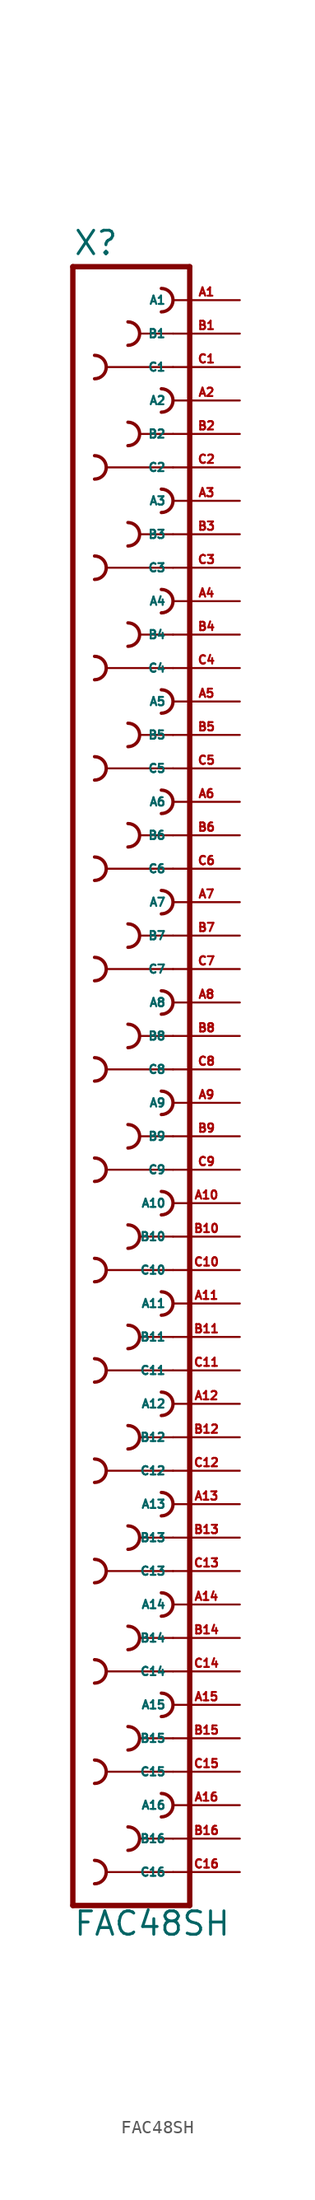
<source format=kicad_sym>
(kicad_symbol_lib
  (version 20220914)
  (generator Eagle2Kicad)
  (symbol "FAC48SH"
    (property "Reference" "X"
      (at -2.54 59.182 0)
      (effects (font (size 1.778 1.778) (thickness 0.22)) (justify left bottom)))
    (property "Value" "FAC48SH"
      (at -2.54 -68.453 0)
      (effects (font (size 1.778 1.778) (thickness 0.22)) (justify left bottom)))
    (polyline
      (pts (xy -2.54 58.42) (xy 6.35 58.42))
      (stroke (width 0.406) (type default))
      (fill (type none)))
    (polyline
      (pts (xy 6.35 -66.04) (xy 6.35 58.42))
      (stroke (width 0.406) (type default))
      (fill (type none)))
    (arc
      (start 1.651 -31.369)
      (mid 2.540 -30.480)
      (end 1.651 -29.591)
      (stroke (width 0.254) (type default))
      (fill (type none)))
    (arc
      (start 4.191 -28.829)
      (mid 5.080 -27.940)
      (end 4.191 -27.051)
      (stroke (width 0.254) (type default))
      (fill (type none)))
    (arc
      (start -0.889 -26.289)
      (mid 0.000 -25.400)
      (end -0.889 -24.511)
      (stroke (width 0.254) (type default))
      (fill (type none)))
    (arc
      (start 1.651 -23.749)
      (mid 2.540 -22.860)
      (end 1.651 -21.971)
      (stroke (width 0.254) (type default))
      (fill (type none)))
    (arc
      (start 4.191 -21.209)
      (mid 5.080 -20.320)
      (end 4.191 -19.431)
      (stroke (width 0.254) (type default))
      (fill (type none)))
    (arc
      (start -0.889 -18.669)
      (mid 0.000 -17.780)
      (end -0.889 -16.891)
      (stroke (width 0.254) (type default))
      (fill (type none)))
    (arc
      (start 4.191 -13.589)
      (mid 5.080 -12.700)
      (end 4.191 -11.811)
      (stroke (width 0.254) (type default))
      (fill (type none)))
    (arc
      (start 1.651 -16.129)
      (mid 2.540 -15.240)
      (end 1.651 -14.351)
      (stroke (width 0.254) (type default))
      (fill (type none)))
    (arc
      (start -0.889 -11.049)
      (mid 0.000 -10.160)
      (end -0.889 -9.271)
      (stroke (width 0.254) (type default))
      (fill (type none)))
    (arc
      (start 4.191 -5.969)
      (mid 5.080 -5.080)
      (end 4.191 -4.191)
      (stroke (width 0.254) (type default))
      (fill (type none)))
    (arc
      (start 1.651 -8.509)
      (mid 2.540 -7.620)
      (end 1.651 -6.731)
      (stroke (width 0.254) (type default))
      (fill (type none)))
    (arc
      (start -0.889 -3.429)
      (mid 0.000 -2.540)
      (end -0.889 -1.651)
      (stroke (width 0.254) (type default))
      (fill (type none)))
    (arc
      (start 1.651 -0.889)
      (mid 2.540 0.000)
      (end 1.651 0.889)
      (stroke (width 0.254) (type default))
      (fill (type none)))
    (arc
      (start -0.889 -33.909)
      (mid 0.000 -33.020)
      (end -0.889 -32.131)
      (stroke (width 0.254) (type default))
      (fill (type none)))
    (arc
      (start 4.191 -36.449)
      (mid 5.080 -35.560)
      (end 4.191 -34.671)
      (stroke (width 0.254) (type default))
      (fill (type none)))
    (arc
      (start 1.651 -38.989)
      (mid 2.540 -38.100)
      (end 1.651 -37.211)
      (stroke (width 0.254) (type default))
      (fill (type none)))
    (arc
      (start -0.889 -41.529)
      (mid 0.000 -40.640)
      (end -0.889 -39.751)
      (stroke (width 0.254) (type default))
      (fill (type none)))
    (arc
      (start 4.191 -44.069)
      (mid 5.080 -43.180)
      (end 4.191 -42.291)
      (stroke (width 0.254) (type default))
      (fill (type none)))
    (arc
      (start 1.651 -46.609)
      (mid 2.540 -45.720)
      (end 1.651 -44.831)
      (stroke (width 0.254) (type default))
      (fill (type none)))
    (arc
      (start -0.889 -49.149)
      (mid 0.000 -48.260)
      (end -0.889 -47.371)
      (stroke (width 0.254) (type default))
      (fill (type none)))
    (arc
      (start 4.191 -51.689)
      (mid 5.080 -50.800)
      (end 4.191 -49.911)
      (stroke (width 0.254) (type default))
      (fill (type none)))
    (arc
      (start 1.651 -54.229)
      (mid 2.540 -53.340)
      (end 1.651 -52.451)
      (stroke (width 0.254) (type default))
      (fill (type none)))
    (arc
      (start -0.889 -56.769)
      (mid 0.000 -55.880)
      (end -0.889 -54.991)
      (stroke (width 0.254) (type default))
      (fill (type none)))
    (arc
      (start 4.191 -59.309)
      (mid 5.080 -58.420)
      (end 4.191 -57.531)
      (stroke (width 0.254) (type default))
      (fill (type none)))
    (arc
      (start 1.651 -61.849)
      (mid 2.540 -60.960)
      (end 1.651 -60.071)
      (stroke (width 0.254) (type default))
      (fill (type none)))
    (arc
      (start -0.889 -64.389)
      (mid 0.000 -63.500)
      (end -0.889 -62.611)
      (stroke (width 0.254) (type default))
      (fill (type none)))
    (arc
      (start 4.191 1.651)
      (mid 5.080 2.540)
      (end 4.191 3.429)
      (stroke (width 0.254) (type default))
      (fill (type none)))
    (arc
      (start -0.889 4.191)
      (mid 0.000 5.080)
      (end -0.889 5.969)
      (stroke (width 0.254) (type default))
      (fill (type none)))
    (arc
      (start 1.651 6.731)
      (mid 2.540 7.620)
      (end 1.651 8.509)
      (stroke (width 0.254) (type default))
      (fill (type none)))
    (arc
      (start 4.191 9.271)
      (mid 5.080 10.160)
      (end 4.191 11.049)
      (stroke (width 0.254) (type default))
      (fill (type none)))
    (arc
      (start -0.889 11.811)
      (mid 0.000 12.700)
      (end -0.889 13.589)
      (stroke (width 0.254) (type default))
      (fill (type none)))
    (arc
      (start 1.651 14.351)
      (mid 2.540 15.240)
      (end 1.651 16.129)
      (stroke (width 0.254) (type default))
      (fill (type none)))
    (arc
      (start 4.191 16.891)
      (mid 5.080 17.780)
      (end 4.191 18.669)
      (stroke (width 0.254) (type default))
      (fill (type none)))
    (arc
      (start -0.889 19.431)
      (mid 0.000 20.320)
      (end -0.889 21.209)
      (stroke (width 0.254) (type default))
      (fill (type none)))
    (arc
      (start 1.651 21.971)
      (mid 2.540 22.860)
      (end 1.651 23.749)
      (stroke (width 0.254) (type default))
      (fill (type none)))
    (arc
      (start 4.191 24.511)
      (mid 5.080 25.400)
      (end 4.191 26.289)
      (stroke (width 0.254) (type default))
      (fill (type none)))
    (arc
      (start -0.889 27.051)
      (mid 0.000 27.940)
      (end -0.889 28.829)
      (stroke (width 0.254) (type default))
      (fill (type none)))
    (arc
      (start 1.651 29.591)
      (mid 2.540 30.480)
      (end 1.651 31.369)
      (stroke (width 0.254) (type default))
      (fill (type none)))
    (arc
      (start 4.191 32.131)
      (mid 5.080 33.020)
      (end 4.191 33.909)
      (stroke (width 0.254) (type default))
      (fill (type none)))
    (arc
      (start -0.889 34.671)
      (mid 0.000 35.560)
      (end -0.889 36.449)
      (stroke (width 0.254) (type default))
      (fill (type none)))
    (arc
      (start 1.651 44.831)
      (mid 2.540 45.720)
      (end 1.651 46.609)
      (stroke (width 0.254) (type default))
      (fill (type none)))
    (arc
      (start 1.651 52.451)
      (mid 2.540 53.340)
      (end 1.651 54.229)
      (stroke (width 0.254) (type default))
      (fill (type none)))
    (arc
      (start 1.651 37.211)
      (mid 2.540 38.100)
      (end 1.651 38.989)
      (stroke (width 0.254) (type default))
      (fill (type none)))
    (arc
      (start 4.191 39.751)
      (mid 5.080 40.640)
      (end 4.191 41.529)
      (stroke (width 0.254) (type default))
      (fill (type none)))
    (arc
      (start -0.889 42.291)
      (mid 0.000 43.180)
      (end -0.889 44.069)
      (stroke (width 0.254) (type default))
      (fill (type none)))
    (arc
      (start 4.191 47.371)
      (mid 5.080 48.260)
      (end 4.191 49.149)
      (stroke (width 0.254) (type default))
      (fill (type none)))
    (arc
      (start 4.191 54.991)
      (mid 5.080 55.880)
      (end 4.191 56.769)
      (stroke (width 0.254) (type default))
      (fill (type none)))
    (polyline
      (pts (xy 5.08 53.34) (xy 2.54 53.34))
      (stroke (width 0.152) (type default))
      (fill (type none)))
    (polyline
      (pts (xy 0 50.8) (xy 5.08 50.8))
      (stroke (width 0.152) (type default))
      (fill (type none)))
    (arc
      (start -0.889 49.911)
      (mid 0.000 50.800)
      (end -0.889 51.689)
      (stroke (width 0.254) (type default))
      (fill (type none)))
    (polyline
      (pts (xy 5.08 45.72) (xy 2.54 45.72))
      (stroke (width 0.152) (type default))
      (fill (type none)))
    (polyline
      (pts (xy 0 43.18) (xy 5.08 43.18))
      (stroke (width 0.152) (type default))
      (fill (type none)))
    (polyline
      (pts (xy 5.08 38.1) (xy 2.54 38.1))
      (stroke (width 0.152) (type default))
      (fill (type none)))
    (polyline
      (pts (xy 0 35.56) (xy 5.08 35.56))
      (stroke (width 0.152) (type default))
      (fill (type none)))
    (polyline
      (pts (xy 0 27.94) (xy 5.08 27.94))
      (stroke (width 0.152) (type default))
      (fill (type none)))
    (polyline
      (pts (xy 5.08 30.48) (xy 2.54 30.48))
      (stroke (width 0.152) (type default))
      (fill (type none)))
    (polyline
      (pts (xy 5.08 22.86) (xy 2.54 22.86))
      (stroke (width 0.152) (type default))
      (fill (type none)))
    (polyline
      (pts (xy 0 20.32) (xy 5.08 20.32))
      (stroke (width 0.152) (type default))
      (fill (type none)))
    (polyline
      (pts (xy 5.08 15.24) (xy 2.54 15.24))
      (stroke (width 0.152) (type default))
      (fill (type none)))
    (polyline
      (pts (xy 0 12.7) (xy 5.08 12.7))
      (stroke (width 0.152) (type default))
      (fill (type none)))
    (polyline
      (pts (xy 5.08 7.62) (xy 2.54 7.62))
      (stroke (width 0.152) (type default))
      (fill (type none)))
    (polyline
      (pts (xy 0 5.08) (xy 5.08 5.08))
      (stroke (width 0.152) (type default))
      (fill (type none)))
    (polyline
      (pts (xy 5.08 0) (xy 2.54 0))
      (stroke (width 0.152) (type default))
      (fill (type none)))
    (polyline
      (pts (xy 0 -2.54) (xy 5.08 -2.54))
      (stroke (width 0.152) (type default))
      (fill (type none)))
    (polyline
      (pts (xy 5.08 -7.62) (xy 2.54 -7.62))
      (stroke (width 0.152) (type default))
      (fill (type none)))
    (polyline
      (pts (xy 0 -10.16) (xy 5.08 -10.16))
      (stroke (width 0.152) (type default))
      (fill (type none)))
    (polyline
      (pts (xy 5.08 -15.24) (xy 2.54 -15.24))
      (stroke (width 0.152) (type default))
      (fill (type none)))
    (polyline
      (pts (xy 0 -17.78) (xy 5.08 -17.78))
      (stroke (width 0.152) (type default))
      (fill (type none)))
    (polyline
      (pts (xy 5.08 -22.86) (xy 2.54 -22.86))
      (stroke (width 0.152) (type default))
      (fill (type none)))
    (polyline
      (pts (xy 0 -25.4) (xy 5.08 -25.4))
      (stroke (width 0.152) (type default))
      (fill (type none)))
    (polyline
      (pts (xy 5.08 -30.48) (xy 2.54 -30.48))
      (stroke (width 0.152) (type default))
      (fill (type none)))
    (polyline
      (pts (xy 0 -33.02) (xy 5.08 -33.02))
      (stroke (width 0.152) (type default))
      (fill (type none)))
    (polyline
      (pts (xy 5.08 -38.1) (xy 2.54 -38.1))
      (stroke (width 0.152) (type default))
      (fill (type none)))
    (polyline
      (pts (xy 0 -40.64) (xy 5.08 -40.64))
      (stroke (width 0.152) (type default))
      (fill (type none)))
    (polyline
      (pts (xy 5.08 -45.72) (xy 2.54 -45.72))
      (stroke (width 0.152) (type default))
      (fill (type none)))
    (polyline
      (pts (xy 0 -48.26) (xy 5.08 -48.26))
      (stroke (width 0.152) (type default))
      (fill (type none)))
    (polyline
      (pts (xy 5.08 -53.34) (xy 2.54 -53.34))
      (stroke (width 0.152) (type default))
      (fill (type none)))
    (polyline
      (pts (xy 0 -55.88) (xy 5.08 -55.88))
      (stroke (width 0.152) (type default))
      (fill (type none)))
    (polyline
      (pts (xy 5.08 -60.96) (xy 2.54 -60.96))
      (stroke (width 0.152) (type default))
      (fill (type none)))
    (polyline
      (pts (xy 0 -63.5) (xy 5.08 -63.5))
      (stroke (width 0.152) (type default))
      (fill (type none)))
    (polyline
      (pts (xy 6.35 -66.04) (xy -2.54 -66.04))
      (stroke (width 0.406) (type default))
      (fill (type none)))
    (polyline
      (pts (xy -2.54 -66.04) (xy -2.54 58.42))
      (stroke (width 0.406) (type default))
      (fill (type none)))
    (pin passive line
      (at 10.16 53.34 180)
      (length 5.08)
      (name "B1" (effects (font (size 0.635 0.635) (thickness 0.08)) (justify left bottom)))
      (number "B1" (effects (font (size 0.635 0.635) (thickness 0.08)) (justify left bottom))))
    (pin passive line
      (at 10.16 45.72 180)
      (length 5.08)
      (name "B2" (effects (font (size 0.635 0.635) (thickness 0.08)) (justify left bottom)))
      (number "B2" (effects (font (size 0.635 0.635) (thickness 0.08)) (justify left bottom))))
    (pin passive line
      (at 10.16 38.1 180)
      (length 5.08)
      (name "B3" (effects (font (size 0.635 0.635) (thickness 0.08)) (justify left bottom)))
      (number "B3" (effects (font (size 0.635 0.635) (thickness 0.08)) (justify left bottom))))
    (pin passive line
      (at 10.16 30.48 180)
      (length 5.08)
      (name "B4" (effects (font (size 0.635 0.635) (thickness 0.08)) (justify left bottom)))
      (number "B4" (effects (font (size 0.635 0.635) (thickness 0.08)) (justify left bottom))))
    (pin passive line
      (at 10.16 22.86 180)
      (length 5.08)
      (name "B5" (effects (font (size 0.635 0.635) (thickness 0.08)) (justify left bottom)))
      (number "B5" (effects (font (size 0.635 0.635) (thickness 0.08)) (justify left bottom))))
    (pin passive line
      (at 10.16 15.24 180)
      (length 5.08)
      (name "B6" (effects (font (size 0.635 0.635) (thickness 0.08)) (justify left bottom)))
      (number "B6" (effects (font (size 0.635 0.635) (thickness 0.08)) (justify left bottom))))
    (pin passive line
      (at 10.16 7.62 180)
      (length 5.08)
      (name "B7" (effects (font (size 0.635 0.635) (thickness 0.08)) (justify left bottom)))
      (number "B7" (effects (font (size 0.635 0.635) (thickness 0.08)) (justify left bottom))))
    (pin passive line
      (at 10.16 0 180)
      (length 5.08)
      (name "B8" (effects (font (size 0.635 0.635) (thickness 0.08)) (justify left bottom)))
      (number "B8" (effects (font (size 0.635 0.635) (thickness 0.08)) (justify left bottom))))
    (pin passive line
      (at 10.16 -7.62 180)
      (length 5.08)
      (name "B9" (effects (font (size 0.635 0.635) (thickness 0.08)) (justify left bottom)))
      (number "B9" (effects (font (size 0.635 0.635) (thickness 0.08)) (justify left bottom))))
    (pin passive line
      (at 10.16 -15.24 180)
      (length 5.08)
      (name "B10" (effects (font (size 0.635 0.635) (thickness 0.08)) (justify left bottom)))
      (number "B10" (effects (font (size 0.635 0.635) (thickness 0.08)) (justify left bottom))))
    (pin passive line
      (at 10.16 -22.86 180)
      (length 5.08)
      (name "B11" (effects (font (size 0.635 0.635) (thickness 0.08)) (justify left bottom)))
      (number "B11" (effects (font (size 0.635 0.635) (thickness 0.08)) (justify left bottom))))
    (pin passive line
      (at 10.16 -30.48 180)
      (length 5.08)
      (name "B12" (effects (font (size 0.635 0.635) (thickness 0.08)) (justify left bottom)))
      (number "B12" (effects (font (size 0.635 0.635) (thickness 0.08)) (justify left bottom))))
    (pin passive line
      (at 10.16 -38.1 180)
      (length 5.08)
      (name "B13" (effects (font (size 0.635 0.635) (thickness 0.08)) (justify left bottom)))
      (number "B13" (effects (font (size 0.635 0.635) (thickness 0.08)) (justify left bottom))))
    (pin passive line
      (at 10.16 -45.72 180)
      (length 5.08)
      (name "B14" (effects (font (size 0.635 0.635) (thickness 0.08)) (justify left bottom)))
      (number "B14" (effects (font (size 0.635 0.635) (thickness 0.08)) (justify left bottom))))
    (pin passive line
      (at 10.16 -53.34 180)
      (length 5.08)
      (name "B15" (effects (font (size 0.635 0.635) (thickness 0.08)) (justify left bottom)))
      (number "B15" (effects (font (size 0.635 0.635) (thickness 0.08)) (justify left bottom))))
    (pin passive line
      (at 10.16 -60.96 180)
      (length 5.08)
      (name "B16" (effects (font (size 0.635 0.635) (thickness 0.08)) (justify left bottom)))
      (number "B16" (effects (font (size 0.635 0.635) (thickness 0.08)) (justify left bottom))))
    (pin passive line
      (at 10.16 55.88 180)
      (length 5.08)
      (name "A1" (effects (font (size 0.635 0.635) (thickness 0.08)) (justify left bottom)))
      (number "A1" (effects (font (size 0.635 0.635) (thickness 0.08)) (justify left bottom))))
    (pin passive line
      (at 10.16 48.26 180)
      (length 5.08)
      (name "A2" (effects (font (size 0.635 0.635) (thickness 0.08)) (justify left bottom)))
      (number "A2" (effects (font (size 0.635 0.635) (thickness 0.08)) (justify left bottom))))
    (pin passive line
      (at 10.16 40.64 180)
      (length 5.08)
      (name "A3" (effects (font (size 0.635 0.635) (thickness 0.08)) (justify left bottom)))
      (number "A3" (effects (font (size 0.635 0.635) (thickness 0.08)) (justify left bottom))))
    (pin passive line
      (at 10.16 33.02 180)
      (length 5.08)
      (name "A4" (effects (font (size 0.635 0.635) (thickness 0.08)) (justify left bottom)))
      (number "A4" (effects (font (size 0.635 0.635) (thickness 0.08)) (justify left bottom))))
    (pin passive line
      (at 10.16 25.4 180)
      (length 5.08)
      (name "A5" (effects (font (size 0.635 0.635) (thickness 0.08)) (justify left bottom)))
      (number "A5" (effects (font (size 0.635 0.635) (thickness 0.08)) (justify left bottom))))
    (pin passive line
      (at 10.16 17.78 180)
      (length 5.08)
      (name "A6" (effects (font (size 0.635 0.635) (thickness 0.08)) (justify left bottom)))
      (number "A6" (effects (font (size 0.635 0.635) (thickness 0.08)) (justify left bottom))))
    (pin passive line
      (at 10.16 10.16 180)
      (length 5.08)
      (name "A7" (effects (font (size 0.635 0.635) (thickness 0.08)) (justify left bottom)))
      (number "A7" (effects (font (size 0.635 0.635) (thickness 0.08)) (justify left bottom))))
    (pin passive line
      (at 10.16 2.54 180)
      (length 5.08)
      (name "A8" (effects (font (size 0.635 0.635) (thickness 0.08)) (justify left bottom)))
      (number "A8" (effects (font (size 0.635 0.635) (thickness 0.08)) (justify left bottom))))
    (pin passive line
      (at 10.16 -5.08 180)
      (length 5.08)
      (name "A9" (effects (font (size 0.635 0.635) (thickness 0.08)) (justify left bottom)))
      (number "A9" (effects (font (size 0.635 0.635) (thickness 0.08)) (justify left bottom))))
    (pin passive line
      (at 10.16 -12.7 180)
      (length 5.08)
      (name "A10" (effects (font (size 0.635 0.635) (thickness 0.08)) (justify left bottom)))
      (number "A10" (effects (font (size 0.635 0.635) (thickness 0.08)) (justify left bottom))))
    (pin passive line
      (at 10.16 -20.32 180)
      (length 5.08)
      (name "A11" (effects (font (size 0.635 0.635) (thickness 0.08)) (justify left bottom)))
      (number "A11" (effects (font (size 0.635 0.635) (thickness 0.08)) (justify left bottom))))
    (pin passive line
      (at 10.16 -27.94 180)
      (length 5.08)
      (name "A12" (effects (font (size 0.635 0.635) (thickness 0.08)) (justify left bottom)))
      (number "A12" (effects (font (size 0.635 0.635) (thickness 0.08)) (justify left bottom))))
    (pin passive line
      (at 10.16 -35.56 180)
      (length 5.08)
      (name "A13" (effects (font (size 0.635 0.635) (thickness 0.08)) (justify left bottom)))
      (number "A13" (effects (font (size 0.635 0.635) (thickness 0.08)) (justify left bottom))))
    (pin passive line
      (at 10.16 -43.18 180)
      (length 5.08)
      (name "A14" (effects (font (size 0.635 0.635) (thickness 0.08)) (justify left bottom)))
      (number "A14" (effects (font (size 0.635 0.635) (thickness 0.08)) (justify left bottom))))
    (pin passive line
      (at 10.16 -50.8 180)
      (length 5.08)
      (name "A15" (effects (font (size 0.635 0.635) (thickness 0.08)) (justify left bottom)))
      (number "A15" (effects (font (size 0.635 0.635) (thickness 0.08)) (justify left bottom))))
    (pin passive line
      (at 10.16 -58.42 180)
      (length 5.08)
      (name "A16" (effects (font (size 0.635 0.635) (thickness 0.08)) (justify left bottom)))
      (number "A16" (effects (font (size 0.635 0.635) (thickness 0.08)) (justify left bottom))))
    (pin passive line
      (at 10.16 50.8 180)
      (length 5.08)
      (name "C1" (effects (font (size 0.635 0.635) (thickness 0.08)) (justify left bottom)))
      (number "C1" (effects (font (size 0.635 0.635) (thickness 0.08)) (justify left bottom))))
    (pin passive line
      (at 10.16 43.18 180)
      (length 5.08)
      (name "C2" (effects (font (size 0.635 0.635) (thickness 0.08)) (justify left bottom)))
      (number "C2" (effects (font (size 0.635 0.635) (thickness 0.08)) (justify left bottom))))
    (pin passive line
      (at 10.16 35.56 180)
      (length 5.08)
      (name "C3" (effects (font (size 0.635 0.635) (thickness 0.08)) (justify left bottom)))
      (number "C3" (effects (font (size 0.635 0.635) (thickness 0.08)) (justify left bottom))))
    (pin passive line
      (at 10.16 27.94 180)
      (length 5.08)
      (name "C4" (effects (font (size 0.635 0.635) (thickness 0.08)) (justify left bottom)))
      (number "C4" (effects (font (size 0.635 0.635) (thickness 0.08)) (justify left bottom))))
    (pin passive line
      (at 10.16 20.32 180)
      (length 5.08)
      (name "C5" (effects (font (size 0.635 0.635) (thickness 0.08)) (justify left bottom)))
      (number "C5" (effects (font (size 0.635 0.635) (thickness 0.08)) (justify left bottom))))
    (pin passive line
      (at 10.16 12.7 180)
      (length 5.08)
      (name "C6" (effects (font (size 0.635 0.635) (thickness 0.08)) (justify left bottom)))
      (number "C6" (effects (font (size 0.635 0.635) (thickness 0.08)) (justify left bottom))))
    (pin passive line
      (at 10.16 5.08 180)
      (length 5.08)
      (name "C7" (effects (font (size 0.635 0.635) (thickness 0.08)) (justify left bottom)))
      (number "C7" (effects (font (size 0.635 0.635) (thickness 0.08)) (justify left bottom))))
    (pin passive line
      (at 10.16 -2.54 180)
      (length 5.08)
      (name "C8" (effects (font (size 0.635 0.635) (thickness 0.08)) (justify left bottom)))
      (number "C8" (effects (font (size 0.635 0.635) (thickness 0.08)) (justify left bottom))))
    (pin passive line
      (at 10.16 -10.16 180)
      (length 5.08)
      (name "C9" (effects (font (size 0.635 0.635) (thickness 0.08)) (justify left bottom)))
      (number "C9" (effects (font (size 0.635 0.635) (thickness 0.08)) (justify left bottom))))
    (pin passive line
      (at 10.16 -17.78 180)
      (length 5.08)
      (name "C10" (effects (font (size 0.635 0.635) (thickness 0.08)) (justify left bottom)))
      (number "C10" (effects (font (size 0.635 0.635) (thickness 0.08)) (justify left bottom))))
    (pin passive line
      (at 10.16 -25.4 180)
      (length 5.08)
      (name "C11" (effects (font (size 0.635 0.635) (thickness 0.08)) (justify left bottom)))
      (number "C11" (effects (font (size 0.635 0.635) (thickness 0.08)) (justify left bottom))))
    (pin passive line
      (at 10.16 -33.02 180)
      (length 5.08)
      (name "C12" (effects (font (size 0.635 0.635) (thickness 0.08)) (justify left bottom)))
      (number "C12" (effects (font (size 0.635 0.635) (thickness 0.08)) (justify left bottom))))
    (pin passive line
      (at 10.16 -40.64 180)
      (length 5.08)
      (name "C13" (effects (font (size 0.635 0.635) (thickness 0.08)) (justify left bottom)))
      (number "C13" (effects (font (size 0.635 0.635) (thickness 0.08)) (justify left bottom))))
    (pin passive line
      (at 10.16 -48.26 180)
      (length 5.08)
      (name "C14" (effects (font (size 0.635 0.635) (thickness 0.08)) (justify left bottom)))
      (number "C14" (effects (font (size 0.635 0.635) (thickness 0.08)) (justify left bottom))))
    (pin passive line
      (at 10.16 -55.88 180)
      (length 5.08)
      (name "C15" (effects (font (size 0.635 0.635) (thickness 0.08)) (justify left bottom)))
      (number "C15" (effects (font (size 0.635 0.635) (thickness 0.08)) (justify left bottom))))
    (pin passive line
      (at 10.16 -63.5 180)
      (length 5.08)
      (name "C16" (effects (font (size 0.635 0.635) (thickness 0.08)) (justify left bottom)))
      (number "C16" (effects (font (size 0.635 0.635) (thickness 0.08)) (justify left bottom))))))
</source>
